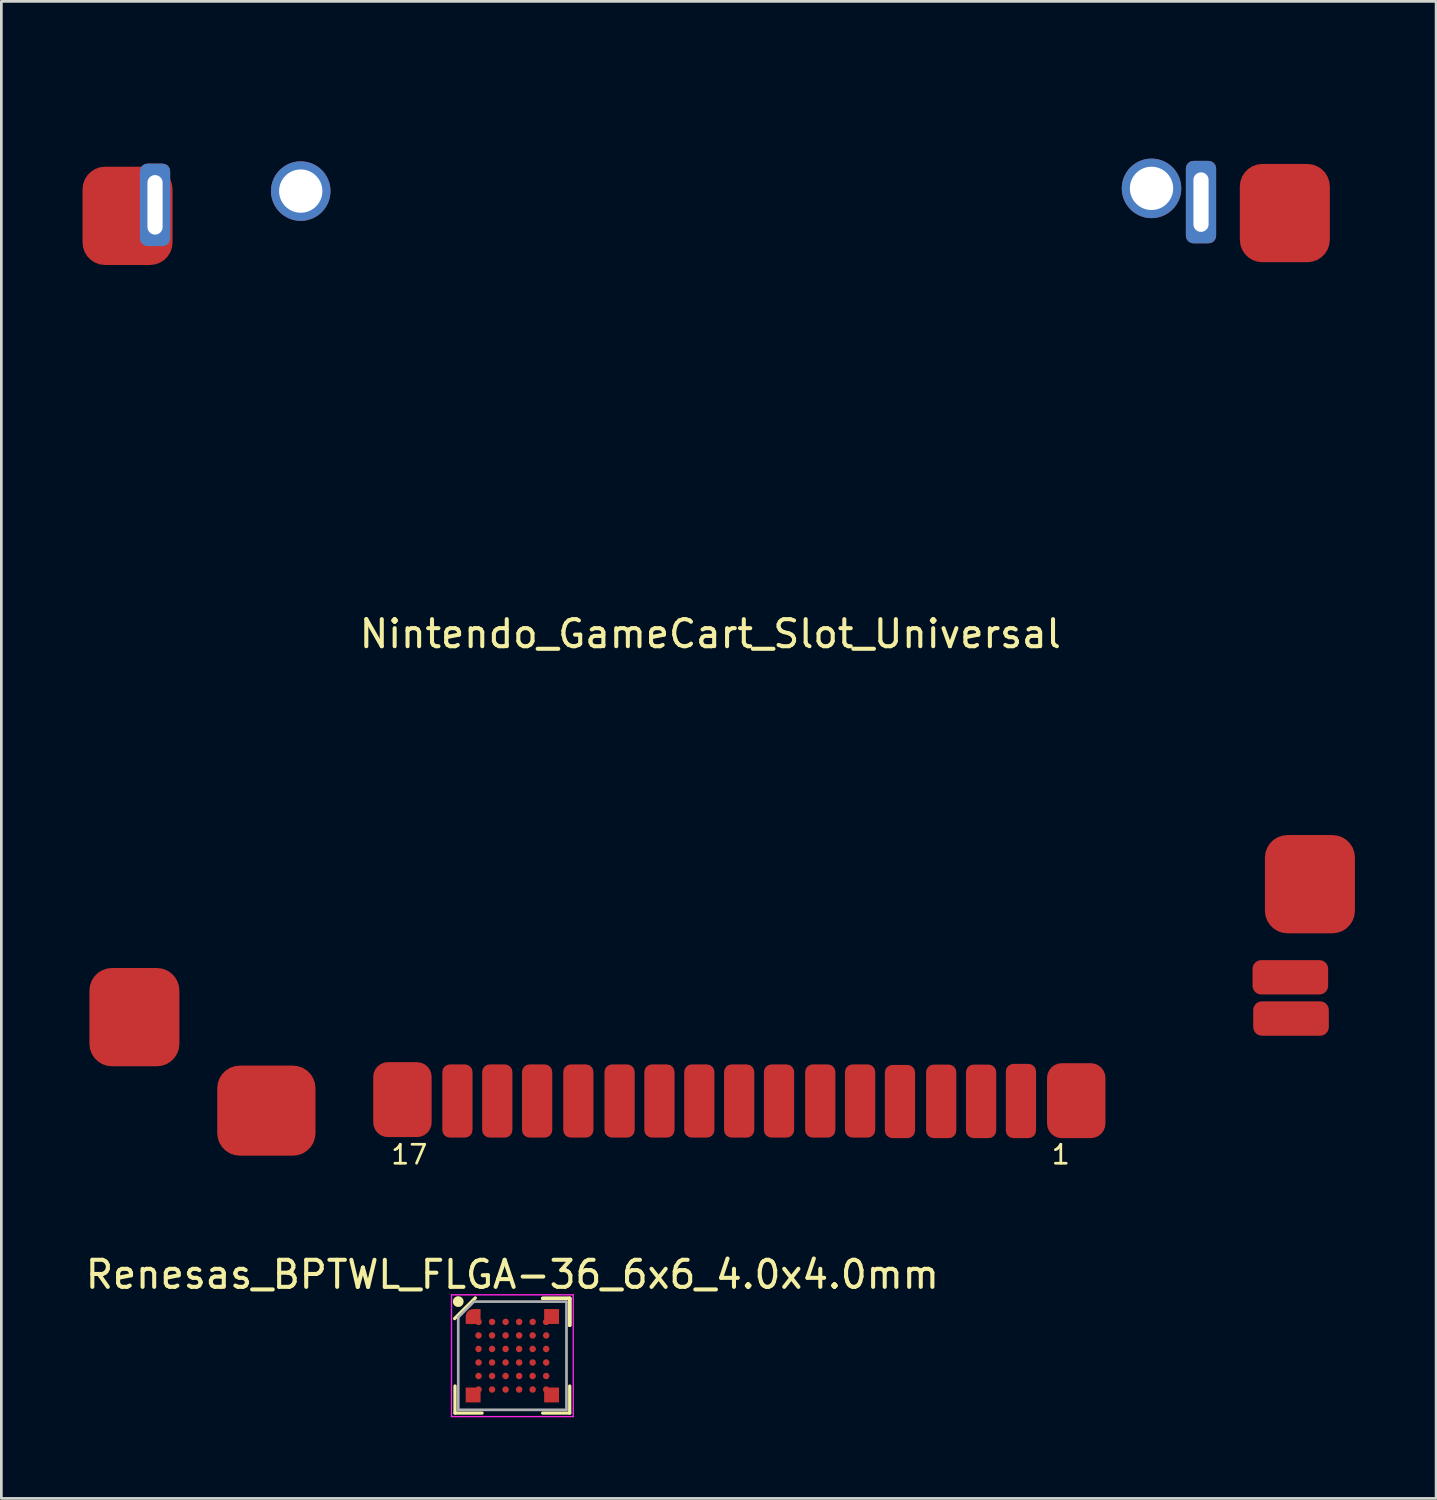
<source format=kicad_pcb>
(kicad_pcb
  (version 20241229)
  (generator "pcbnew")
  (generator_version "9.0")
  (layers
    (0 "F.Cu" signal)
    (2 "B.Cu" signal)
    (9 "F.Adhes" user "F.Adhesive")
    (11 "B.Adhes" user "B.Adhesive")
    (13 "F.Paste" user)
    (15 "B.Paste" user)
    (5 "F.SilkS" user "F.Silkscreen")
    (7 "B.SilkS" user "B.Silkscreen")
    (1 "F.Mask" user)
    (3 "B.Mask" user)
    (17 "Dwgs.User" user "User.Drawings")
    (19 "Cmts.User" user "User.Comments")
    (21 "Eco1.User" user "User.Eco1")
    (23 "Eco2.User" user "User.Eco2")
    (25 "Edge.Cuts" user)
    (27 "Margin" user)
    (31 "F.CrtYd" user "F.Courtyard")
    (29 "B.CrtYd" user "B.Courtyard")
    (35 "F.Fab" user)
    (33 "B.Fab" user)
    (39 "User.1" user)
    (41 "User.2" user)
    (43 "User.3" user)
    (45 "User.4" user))
  (footprint "Renesas_BPTWL_FLGA-36_6x6_4.0x4.0mm"
    (layer "F.Cu")
    (at 15.887 47.057)
    (property "Reference" "Renesas_BPTWL_FLGA-36_6x6_4.0x4.0mm" (at 0 -3 0) (layer "F.SilkS") (effects (font (size 1 1) (thickness 0.15))))
    (attr smd)
    (fp_line (start -2.12 2.12) (end -2.12 1.12) (stroke (width 0.12) (type solid)) (layer "F.SilkS"))
    (fp_line (start -1.369 -2.136) (end -2.134 -1.372) (stroke (width 0.12) (type solid)) (layer "F.SilkS"))
    (fp_line (start -1.12 2.12) (end -2.12 2.12) (stroke (width 0.12) (type solid)) (layer "F.SilkS"))
    (fp_line (start 1.12 -2.12) (end 2.12 -2.12) (stroke (width 0.12) (type solid)) (layer "F.SilkS"))
    (fp_line (start 1.12 -2.12) (end 2.12 -2.12) (stroke (width 0.12) (type solid)) (layer "F.SilkS"))
    (fp_line (start 1.12 -2.12) (end 2.12 -2.12) (stroke (width 0.12) (type solid)) (layer "F.SilkS"))
    (fp_line (start 1.12 2.12) (end 2.12 2.12) (stroke (width 0.12) (type solid)) (layer "F.SilkS"))
    (fp_line (start 2.12 -2.12) (end 2.12 -1.12) (stroke (width 0.12) (type solid)) (layer "F.SilkS"))
    (fp_line (start 2.12 -2.12) (end 2.12 -1.12) (stroke (width 0.12) (type solid)) (layer "F.SilkS"))
    (fp_line (start 2.12 -2.12) (end 2.12 -1.12) (stroke (width 0.12) (type solid)) (layer "F.SilkS"))
    (fp_line (start 2.12 2.12) (end 2.12 1.12) (stroke (width 0.12) (type solid)) (layer "F.SilkS"))
    (fp_circle (center -2 -2) (end -2 -1.9) (stroke (width 0.2) (type solid)) (fill no) (layer "F.SilkS"))
    (fp_line (start -2.25 -2.25) (end 2.25 -2.25) (stroke (width 0.05) (type solid)) (layer "F.CrtYd"))
    (fp_line (start -2.25 2.25) (end -2.25 -2.25) (stroke (width 0.05) (type solid)) (layer "F.CrtYd"))
    (fp_line (start 2.25 -2.25) (end 2.25 2.25) (stroke (width 0.05) (type solid)) (layer "F.CrtYd"))
    (fp_line (start 2.25 2.25) (end -2.25 2.25) (stroke (width 0.05) (type solid)) (layer "F.CrtYd"))
    (fp_line (start -2 -1.422) (end -2 2) (stroke (width 0.1) (type solid)) (layer "F.Fab"))
    (fp_line (start -2 2) (end 2 2) (stroke (width 0.1) (type solid)) (layer "F.Fab"))
    (fp_line (start -1.422 -2) (end -2 -1.422) (stroke (width 0.1) (type solid)) (layer "F.Fab"))
    (fp_line (start 2 -2) (end -1.422 -2) (stroke (width 0.1) (type solid)) (layer "F.Fab"))
    (fp_line (start 2 2) (end 2 -2) (stroke (width 0.1) (type solid)) (layer "F.Fab"))
    (pad "A1" smd custom (at -1.45 -1.45) (size 0.55 0.55) (layers "F.Cu" "F.Mask" "F.Paste") (options (anchor circle)) (primitives (gr_poly (pts (xy 0.275 0.275) (xy -0.275 0.275) (xy -0.275 0) (xy 0 0) (xy 0 -0.275) (xy 0.275 -0.275)) (width 0) (fill yes))))
    (pad "A1" smd circle (at -1.25 -1.25) (size 0.24 0.24) (layers "F.Cu" "F.Mask" "F.Paste"))
    (pad "A2" smd circle (at -0.75 -1.25) (size 0.24 0.24) (layers "F.Cu" "F.Mask" "F.Paste"))
    (pad "A3" smd circle (at -0.25 -1.25) (size 0.24 0.24) (layers "F.Cu" "F.Mask" "F.Paste"))
    (pad "A4" smd circle (at 0.25 -1.25) (size 0.24 0.24) (layers "F.Cu" "F.Mask" "F.Paste"))
    (pad "A5" smd circle (at 0.75 -1.25) (size 0.24 0.24) (layers "F.Cu" "F.Mask" "F.Paste"))
    (pad "A6" smd custom (at 1.25 -1.25) (size 0.24 0.24) (layers "F.Cu" "F.Mask" "F.Paste") (options (anchor circle)) (primitives (gr_poly (pts (xy 0.475 0.075) (xy -0.075 0.075) (xy -0.075 -0.475) (xy 0.475 -0.475)) (width 0) (fill yes))))
    (pad "B1" smd circle (at -1.25 -0.75) (size 0.24 0.24) (layers "F.Cu" "F.Mask" "F.Paste"))
    (pad "B2" smd circle (at -0.75 -0.75) (size 0.24 0.24) (layers "F.Cu" "F.Mask" "F.Paste"))
    (pad "B3" smd circle (at -0.25 -0.75) (size 0.24 0.24) (layers "F.Cu" "F.Mask" "F.Paste"))
    (pad "B4" smd circle (at 0.25 -0.75) (size 0.24 0.24) (layers "F.Cu" "F.Mask" "F.Paste"))
    (pad "B5" smd circle (at 0.75 -0.75) (size 0.24 0.24) (layers "F.Cu" "F.Mask" "F.Paste"))
    (pad "B6" smd circle (at 1.25 -0.75) (size 0.24 0.24) (layers "F.Cu" "F.Mask" "F.Paste"))
    (pad "C1" smd circle (at -1.25 -0.25) (size 0.24 0.24) (layers "F.Cu" "F.Mask" "F.Paste"))
    (pad "C2" smd circle (at -0.75 -0.25) (size 0.24 0.24) (layers "F.Cu" "F.Mask" "F.Paste"))
    (pad "C3" smd circle (at -0.25 -0.25) (size 0.24 0.24) (layers "F.Cu" "F.Mask" "F.Paste"))
    (pad "C4" smd circle (at 0.25 -0.25) (size 0.24 0.24) (layers "F.Cu" "F.Mask" "F.Paste"))
    (pad "C5" smd circle (at 0.75 -0.25) (size 0.24 0.24) (layers "F.Cu" "F.Mask" "F.Paste"))
    (pad "C6" smd circle (at 1.25 -0.25) (size 0.24 0.24) (layers "F.Cu" "F.Mask" "F.Paste"))
    (pad "D1" smd circle (at -1.25 0.25) (size 0.24 0.24) (layers "F.Cu" "F.Mask" "F.Paste"))
    (pad "D2" smd circle (at -0.75 0.25) (size 0.24 0.24) (layers "F.Cu" "F.Mask" "F.Paste"))
    (pad "D3" smd circle (at -0.25 0.25) (size 0.24 0.24) (layers "F.Cu" "F.Mask" "F.Paste"))
    (pad "D4" smd circle (at 0.25 0.25) (size 0.24 0.24) (layers "F.Cu" "F.Mask" "F.Paste"))
    (pad "D5" smd circle (at 0.75 0.25) (size 0.24 0.24) (layers "F.Cu" "F.Mask" "F.Paste"))
    (pad "D6" smd circle (at 1.25 0.25) (size 0.24 0.24) (layers "F.Cu" "F.Mask" "F.Paste"))
    (pad "E1" smd circle (at -1.25 0.75) (size 0.24 0.24) (layers "F.Cu" "F.Mask" "F.Paste"))
    (pad "E2" smd circle (at -0.75 0.75) (size 0.24 0.24) (layers "F.Cu" "F.Mask" "F.Paste"))
    (pad "E3" smd circle (at -0.25 0.75) (size 0.24 0.24) (layers "F.Cu" "F.Mask" "F.Paste"))
    (pad "E4" smd circle (at 0.25 0.75) (size 0.24 0.24) (layers "F.Cu" "F.Mask" "F.Paste"))
    (pad "E5" smd circle (at 0.75 0.75) (size 0.24 0.24) (layers "F.Cu" "F.Mask" "F.Paste"))
    (pad "E6" smd circle (at 1.25 0.75) (size 0.24 0.24) (layers "F.Cu" "F.Mask" "F.Paste"))
    (pad "F1" smd custom (at -1.25 1.25) (size 0.24 0.24) (layers "F.Cu" "F.Mask" "F.Paste") (options (anchor circle)) (primitives (gr_poly (pts (xy 0.075 0.475) (xy -0.475 0.475) (xy -0.475 -0.075) (xy 0.075 -0.075)) (width 0) (fill yes))))
    (pad "F2" smd circle (at -0.75 1.25) (size 0.24 0.24) (layers "F.Cu" "F.Mask" "F.Paste"))
    (pad "F3" smd circle (at -0.25 1.25) (size 0.24 0.24) (layers "F.Cu" "F.Mask" "F.Paste"))
    (pad "F4" smd circle (at 0.25 1.25) (size 0.24 0.24) (layers "F.Cu" "F.Mask" "F.Paste"))
    (pad "F5" smd circle (at 0.75 1.25) (size 0.24 0.24) (layers "F.Cu" "F.Mask" "F.Paste"))
    (pad "F6" smd custom (at 1.25 1.25) (size 0.24 0.24) (layers "F.Cu" "F.Mask" "F.Paste") (options (anchor circle)) (primitives (gr_poly (pts (xy 0.475 0.475) (xy -0.075 0.475) (xy -0.075 -0.075) (xy 0.475 -0.075)) (width 0) (fill yes)))))
  (footprint "Nintendo_GameCart_Slot_Universal"
    (layer "F.Cu")
    (at 23.203 20.879)
    (property "Reference" "Nintendo_GameCart_Slot_Universal" (at 0 -0.5 0) (unlocked yes) (layer "F.SilkS") (effects (font (size 1 1) (thickness 0.15))))
    (attr smd)
    (fp_text user "17" (at -11.125 18.745 0) (unlocked yes) (layer "F.SilkS") (effects (font (size 0.7 0.7) (thickness 0.1))))
    (fp_text user "1" (at 12.954 18.745 0) (unlocked yes) (layer "F.SilkS") (effects (font (size 0.7 0.7) (thickness 0.1))))
    (pad "" np_thru_hole circle (at -15.138 -16.866) (size 2.2 2.2) (drill 1.6) (layers "*.Cu" "*.Mask"))
    (pad "" np_thru_hole circle (at 16.307 -16.967) (size 2.2 2.2) (drill 1.6) (layers "*.Cu" "*.Mask"))
    (pad "0" smd roundrect (at -21.539 -15.951) (size 3.327 3.632) (layers "F.Cu" "F.Mask" "F.Paste") (roundrect_rratio 0.25))
    (pad "0" smd roundrect (at -21.285 13.665) (size 3.327 3.632) (layers "F.Cu" "F.Mask" "F.Paste") (roundrect_rratio 0.25))
    (pad "0" thru_hole roundrect (at -20.523 -16.358) (size 1.118 3.048) (drill oval 0.56 2.2) (layers "*.Cu" "*.Mask") (roundrect_rratio 0.25))
    (pad "0" smd roundrect (at -16.408 17.12 90) (size 3.327 3.632) (layers "F.Cu" "F.Mask" "F.Paste") (roundrect_rratio 0.25))
    (pad "0" thru_hole roundrect (at 18.136 -16.459) (size 1.118 3.048) (drill oval 0.56 2.2) (layers "*.Cu" "*.Mask") (roundrect_rratio 0.25))
    (pad "0" smd roundrect (at 21.234 -16.053) (size 3.327 3.632) (layers "F.Cu" "F.Mask" "F.Paste") (roundrect_rratio 0.25))
    (pad "0" smd roundrect (at 21.438 12.192) (size 2.794 1.27) (layers "F.Cu" "F.Mask" "F.Paste") (roundrect_rratio 0.25))
    (pad "0" smd roundrect (at 22.162 8.75) (size 3.327 3.632) (layers "F.Cu" "F.Mask" "F.Paste") (roundrect_rratio 0.25))
    (pad "1" smd roundrect (at 13.525 16.751) (size 2.159 2.769) (layers "F.Cu" "F.Mask" "F.Paste") (roundrect_rratio 0.25))
    (pad "2" smd roundrect (at 11.481 16.764) (size 1.118 2.743) (layers "F.Cu" "F.Mask" "F.Paste") (roundrect_rratio 0.25))
    (pad "3" smd roundrect (at 10.008 16.777) (size 1.118 2.718) (layers "F.Cu" "F.Mask" "F.Paste") (roundrect_rratio 0.25))
    (pad "4" smd roundrect (at 8.534 16.777) (size 1.118 2.718) (layers "F.Cu" "F.Mask" "F.Paste") (roundrect_rratio 0.25))
    (pad "5" smd roundrect (at 7.01 16.783) (size 1.118 2.705) (layers "F.Cu" "F.Mask" "F.Paste") (roundrect_rratio 0.25))
    (pad "6" smd roundrect (at 5.537 16.764) (size 1.118 2.705) (layers "F.Cu" "F.Mask" "F.Paste") (roundrect_rratio 0.25))
    (pad "7" smd roundrect (at 4.064 16.764) (size 1.118 2.705) (layers "F.Cu" "F.Mask" "F.Paste") (roundrect_rratio 0.25))
    (pad "8" smd roundrect (at 2.54 16.764) (size 1.118 2.705) (layers "F.Cu" "F.Mask" "F.Paste") (roundrect_rratio 0.25))
    (pad "9" smd roundrect (at 1.067 16.764) (size 1.118 2.705) (layers "F.Cu" "F.Mask" "F.Paste") (roundrect_rratio 0.25))
    (pad "10" smd roundrect (at -0.406 16.764) (size 1.118 2.705) (layers "F.Cu" "F.Mask" "F.Paste") (roundrect_rratio 0.25))
    (pad "11" smd roundrect (at -1.88 16.764) (size 1.118 2.705) (layers "F.Cu" "F.Mask" "F.Paste") (roundrect_rratio 0.25))
    (pad "12" smd roundrect (at -3.353 16.764) (size 1.118 2.705) (layers "F.Cu" "F.Mask" "F.Paste") (roundrect_rratio 0.25))
    (pad "13" smd roundrect (at -4.877 16.764) (size 1.118 2.705) (layers "F.Cu" "F.Mask" "F.Paste") (roundrect_rratio 0.25))
    (pad "14" smd roundrect (at -6.401 16.764) (size 1.118 2.705) (layers "F.Cu" "F.Mask" "F.Paste") (roundrect_rratio 0.25))
    (pad "15" smd roundrect (at -7.874 16.764) (size 1.118 2.705) (layers "F.Cu" "F.Mask" "F.Paste") (roundrect_rratio 0.25))
    (pad "16" smd roundrect (at -9.347 16.764) (size 1.118 2.705) (layers "F.Cu" "F.Mask" "F.Paste") (roundrect_rratio 0.25))
    (pad "17" smd roundrect (at -11.379 16.713) (size 2.159 2.769) (layers "F.Cu" "F.Mask" "F.Paste") (roundrect_rratio 0.25))
    (pad "18" smd roundrect (at 21.463 13.716) (size 2.794 1.27) (layers "F.Cu" "F.Mask" "F.Paste") (roundrect_rratio 0.25))
    (zone (net_name "") (layer "F.Cu") (hatch edge 0.508) (connect_pads) (min_thickness 0.254) (filled_areas_thickness no) (keepout (tracks allowed) (vias allowed) (pads allowed) (copperpour allowed) (footprints not_allowed)) (placement (enabled no)) (fill) (polygon (pts (xy 43.117 36.22) (xy 3.34 36.271) (xy 3.34 0) (xy 43.117 0)))))
  (gr_rect
    (start -3 -3)
    (end 50.028 52.332)
    (stroke (width 0.1) (type default))
    (fill no)
    (layer "Edge.Cuts")))
</source>
